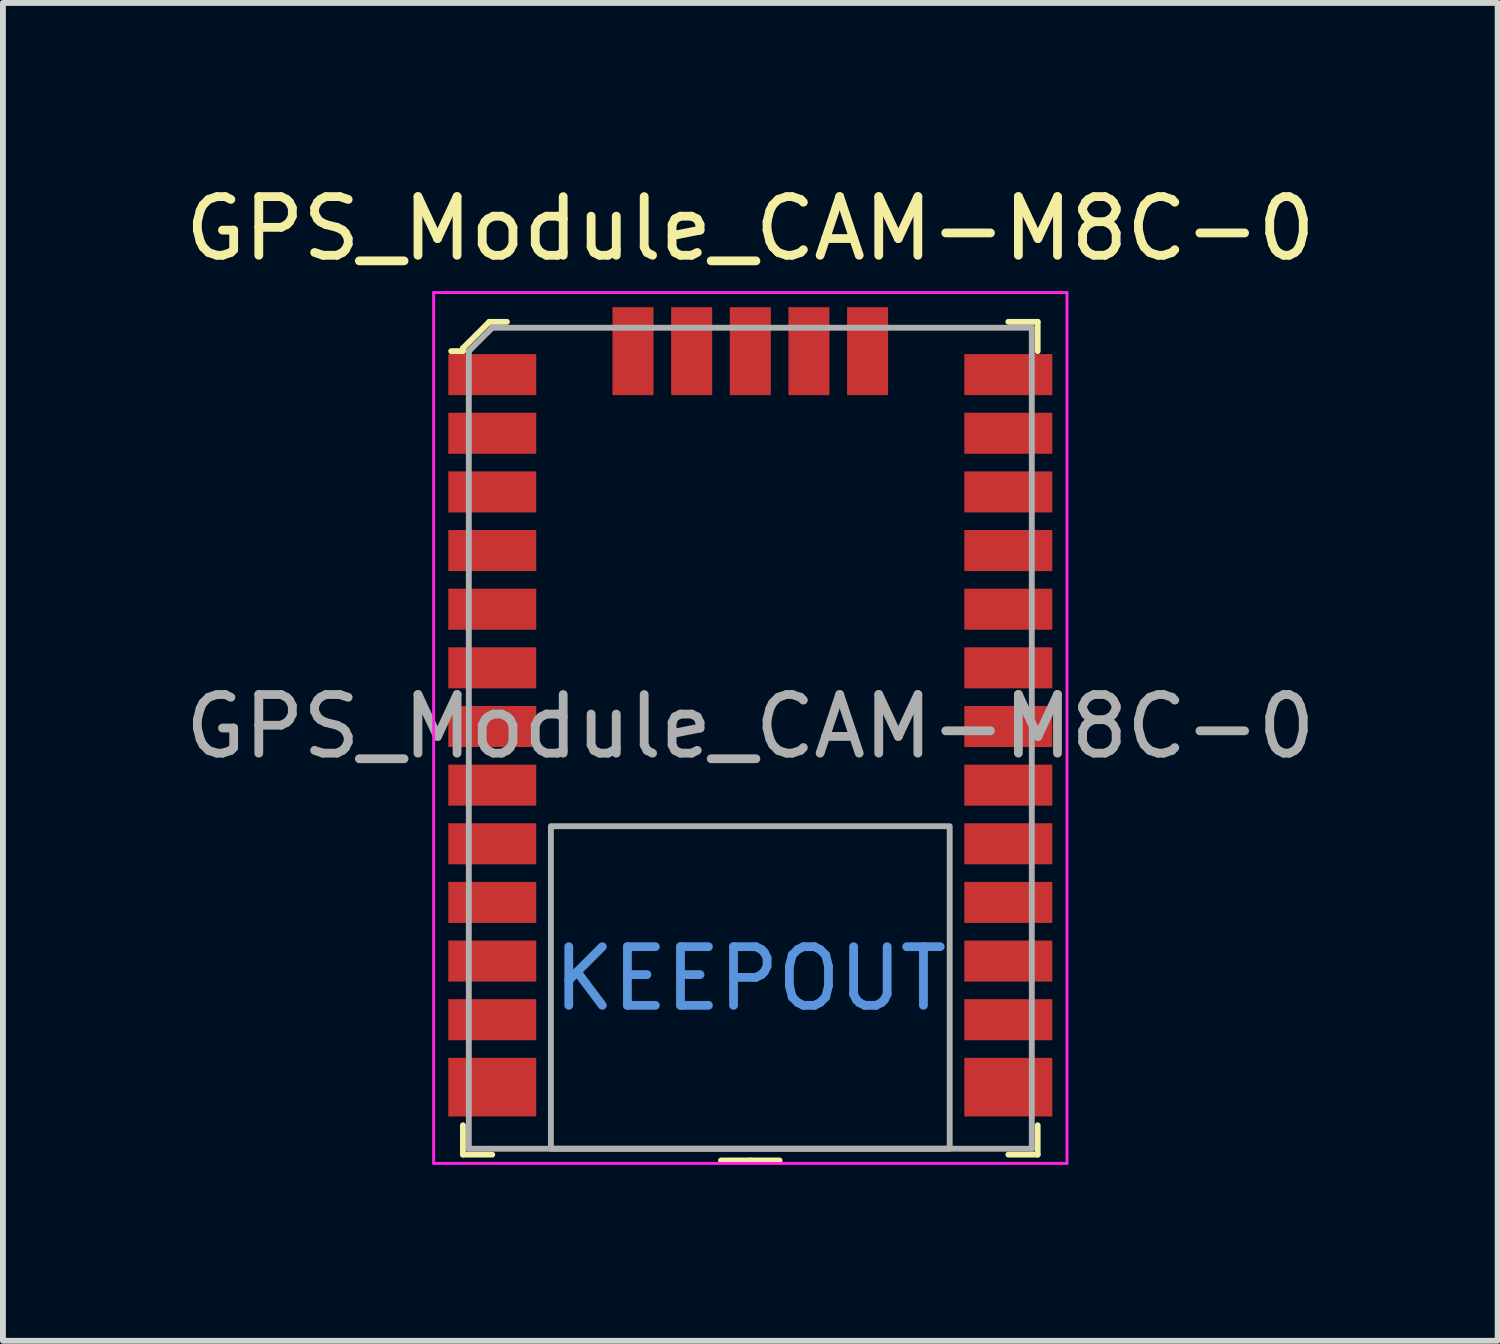
<source format=kicad_pcb>
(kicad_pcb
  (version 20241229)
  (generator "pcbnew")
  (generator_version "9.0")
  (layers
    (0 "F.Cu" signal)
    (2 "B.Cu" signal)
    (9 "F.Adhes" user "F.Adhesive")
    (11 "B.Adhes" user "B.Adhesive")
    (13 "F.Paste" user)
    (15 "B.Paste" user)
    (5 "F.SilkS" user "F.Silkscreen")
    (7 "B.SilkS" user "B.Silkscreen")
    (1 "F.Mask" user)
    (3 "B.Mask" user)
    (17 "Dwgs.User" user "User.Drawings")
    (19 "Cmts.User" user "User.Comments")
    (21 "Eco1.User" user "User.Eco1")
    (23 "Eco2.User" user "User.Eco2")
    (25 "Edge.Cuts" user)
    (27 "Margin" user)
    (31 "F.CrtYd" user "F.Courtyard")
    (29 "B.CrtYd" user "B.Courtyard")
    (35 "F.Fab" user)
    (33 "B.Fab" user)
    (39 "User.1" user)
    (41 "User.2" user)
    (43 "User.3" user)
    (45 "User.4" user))
  (footprint "GPS_Module_CAM-M8C-0"
    (layer "F.Cu")
    (at 9.744 9.338)
    (property "Reference" "GPS_Module_CAM-M8C-0" (at 0 -8.49 0) (layer "F.SilkS") (effects (font (size 1 1) (thickness 0.15))))
    (attr through_hole)
    (fp_line (start -4.9 -6.45) (end -4.9 -6.4) (stroke (width 0.1) (type solid)) (layer "F.SilkS"))
    (fp_line (start -4.9 -6.4) (end -5.1 -6.4) (stroke (width 0.1) (type solid)) (layer "F.SilkS"))
    (fp_line (start -4.9 7.3) (end -4.9 6.8) (stroke (width 0.1) (type solid)) (layer "F.SilkS"))
    (fp_line (start -4.9 7.3) (end -4.4 7.3) (stroke (width 0.1) (type solid)) (layer "F.SilkS"))
    (fp_line (start -4.45 -6.9) (end -4.9 -6.45) (stroke (width 0.1) (type solid)) (layer "F.SilkS"))
    (fp_line (start -4.15 -6.9) (end -4.45 -6.9) (stroke (width 0.1) (type solid)) (layer "F.SilkS"))
    (fp_line (start 0 7.4) (end -0.5 7.4) (stroke (width 0.1) (type solid)) (layer "F.SilkS"))
    (fp_line (start 0 7.4) (end 0.5 7.4) (stroke (width 0.1) (type solid)) (layer "F.SilkS"))
    (fp_line (start 4.9 -6.9) (end 4.4 -6.9) (stroke (width 0.1) (type solid)) (layer "F.SilkS"))
    (fp_line (start 4.9 -6.9) (end 4.9 -6.4) (stroke (width 0.1) (type solid)) (layer "F.SilkS"))
    (fp_line (start 4.9 7.3) (end 4.4 7.3) (stroke (width 0.1) (type solid)) (layer "F.SilkS"))
    (fp_line (start 4.9 7.3) (end 4.9 6.8) (stroke (width 0.1) (type solid)) (layer "F.SilkS"))
    (fp_line (start -5.4 -7.4) (end -5.4 7.45) (stroke (width 0.05) (type solid)) (layer "F.CrtYd"))
    (fp_line (start 5.4 -7.4) (end -5.4 -7.4) (stroke (width 0.05) (type solid)) (layer "F.CrtYd"))
    (fp_line (start 5.4 -7.4) (end 5.4 7.45) (stroke (width 0.05) (type solid)) (layer "F.CrtYd"))
    (fp_line (start 5.4 7.45) (end -5.4 7.45) (stroke (width 0.05) (type solid)) (layer "F.CrtYd"))
    (fp_line (start -4.8 -6.4) (end -4.8 7.2) (stroke (width 0.1) (type solid)) (layer "F.Fab"))
    (fp_line (start -4.8 -6.4) (end -4.4 -6.8) (stroke (width 0.1) (type solid)) (layer "F.Fab"))
    (fp_line (start -4.8 7.2) (end 4.8 7.2) (stroke (width 0.1) (type solid)) (layer "F.Fab"))
    (fp_line (start -4.4 -6.8) (end 4.8 -6.8) (stroke (width 0.1) (type solid)) (layer "F.Fab"))
    (fp_line (start 4.8 -6.8) (end 4.8 7.2) (stroke (width 0.1) (type solid)) (layer "F.Fab"))
    (fp_poly (pts (xy -3.4 1.7) (xy 3.4 1.7) (xy 3.4 7.2) (xy -3.4 7.2)) (stroke (width 0.1) (type solid)) (fill no) (layer "F.Fab"))
    (fp_text user "KEEPOUT" (at 0 4.3 0) (layer "Cmts.User") (effects (font (size 1 1) (thickness 0.15))))
    (fp_text user "${REFERENCE}" (at 0 0 0) (layer "F.Fab") (effects (font (size 1 1) (thickness 0.15))))
    (pad "1" smd rect (at -4.4 -6) (size 1.5 0.7) (layers "F.Cu" "F.Mask" "F.Paste"))
    (pad "2" smd rect (at -4.4 -5) (size 1.5 0.7) (layers "F.Cu" "F.Mask" "F.Paste"))
    (pad "3" smd rect (at -4.4 -4) (size 1.5 0.7) (layers "F.Cu" "F.Mask" "F.Paste"))
    (pad "4" smd rect (at -4.4 -3) (size 1.5 0.7) (layers "F.Cu" "F.Mask" "F.Paste"))
    (pad "5" smd rect (at -4.4 -2) (size 1.5 0.7) (layers "F.Cu" "F.Mask" "F.Paste"))
    (pad "6" smd rect (at -4.4 -1) (size 1.5 0.7) (layers "F.Cu" "F.Mask" "F.Paste"))
    (pad "7" smd rect (at -4.4 0) (size 1.5 0.7) (layers "F.Cu" "F.Mask" "F.Paste"))
    (pad "8" smd rect (at -4.4 1) (size 1.5 0.7) (layers "F.Cu" "F.Mask" "F.Paste"))
    (pad "9" smd rect (at -4.4 2) (size 1.5 0.7) (layers "F.Cu" "F.Mask" "F.Paste"))
    (pad "10" smd rect (at -4.4 3) (size 1.5 0.7) (layers "F.Cu" "F.Mask" "F.Paste"))
    (pad "11" smd rect (at -4.4 4) (size 1.5 0.7) (layers "F.Cu" "F.Mask" "F.Paste"))
    (pad "12" smd rect (at -4.4 5) (size 1.5 0.7) (layers "F.Cu" "F.Mask" "F.Paste"))
    (pad "13" smd rect (at -4.4 6.15) (size 1.5 1) (layers "F.Cu" "F.Mask" "F.Paste"))
    (pad "14" smd rect (at 4.4 6.15) (size 1.5 1) (layers "F.Cu" "F.Mask" "F.Paste"))
    (pad "15" smd rect (at 4.4 5) (size 1.5 0.7) (layers "F.Cu" "F.Mask" "F.Paste"))
    (pad "16" smd rect (at 4.4 4) (size 1.5 0.7) (layers "F.Cu" "F.Mask" "F.Paste"))
    (pad "17" smd rect (at 4.4 3) (size 1.5 0.7) (layers "F.Cu" "F.Mask" "F.Paste"))
    (pad "18" smd rect (at 4.4 2) (size 1.5 0.7) (layers "F.Cu" "F.Mask" "F.Paste"))
    (pad "19" smd rect (at 4.4 1) (size 1.5 0.7) (layers "F.Cu" "F.Mask" "F.Paste"))
    (pad "20" smd rect (at 4.4 0) (size 1.5 0.7) (layers "F.Cu" "F.Mask" "F.Paste"))
    (pad "21" smd rect (at 4.4 -1) (size 1.5 0.7) (layers "F.Cu" "F.Mask" "F.Paste"))
    (pad "22" smd rect (at 4.4 -2) (size 1.5 0.7) (layers "F.Cu" "F.Mask" "F.Paste"))
    (pad "23" smd rect (at 4.4 -3) (size 1.5 0.7) (layers "F.Cu" "F.Mask" "F.Paste"))
    (pad "24" smd rect (at 4.4 -4) (size 1.5 0.7) (layers "F.Cu" "F.Mask" "F.Paste"))
    (pad "25" smd rect (at 4.4 -5) (size 1.5 0.7) (layers "F.Cu" "F.Mask" "F.Paste"))
    (pad "26" smd rect (at 4.4 -6) (size 1.5 0.7) (layers "F.Cu" "F.Mask" "F.Paste"))
    (pad "27" smd rect (at 2 -6.4) (size 0.7 1.5) (layers "F.Cu" "F.Mask" "F.Paste"))
    (pad "28" smd rect (at 1 -6.4) (size 0.7 1.5) (layers "F.Cu" "F.Mask" "F.Paste"))
    (pad "29" smd rect (at 0 -6.4) (size 0.7 1.5) (layers "F.Cu" "F.Mask" "F.Paste"))
    (pad "30" smd rect (at -1 -6.4) (size 0.7 1.5) (layers "F.Cu" "F.Mask" "F.Paste"))
    (pad "31" smd rect (at -2 -6.4) (size 0.7 1.5) (layers "F.Cu" "F.Mask" "F.Paste")))
  (gr_rect
    (start -3 -3)
    (end 22.488 19.813)
    (stroke (width 0.1) (type default))
    (fill no)
    (layer "Edge.Cuts")))
</source>
